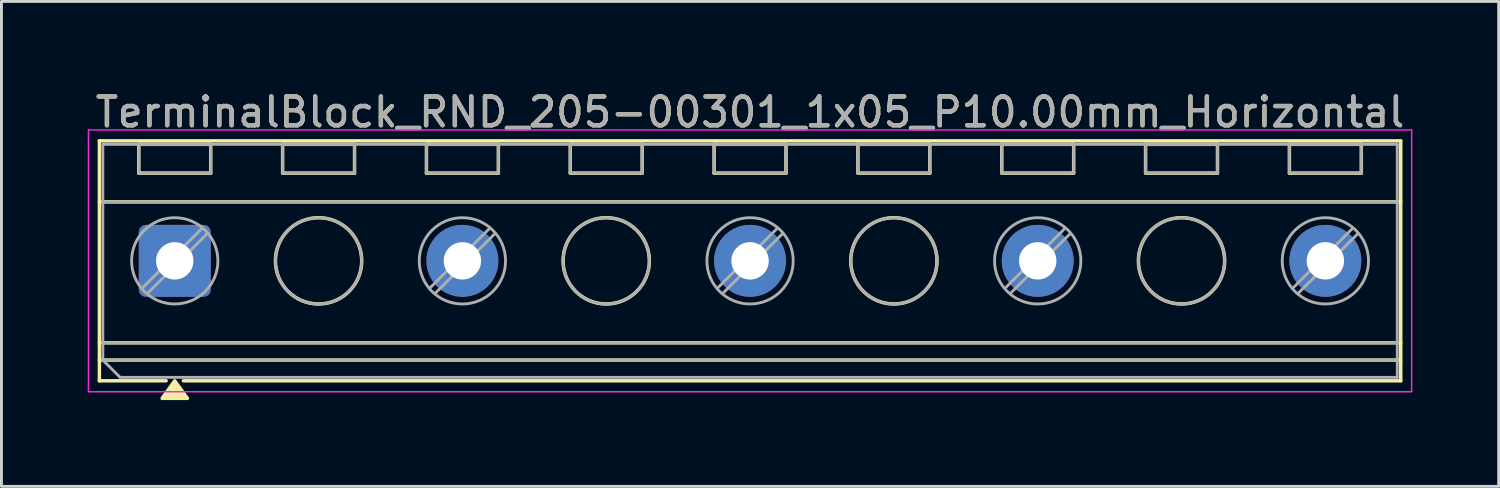
<source format=kicad_pcb>
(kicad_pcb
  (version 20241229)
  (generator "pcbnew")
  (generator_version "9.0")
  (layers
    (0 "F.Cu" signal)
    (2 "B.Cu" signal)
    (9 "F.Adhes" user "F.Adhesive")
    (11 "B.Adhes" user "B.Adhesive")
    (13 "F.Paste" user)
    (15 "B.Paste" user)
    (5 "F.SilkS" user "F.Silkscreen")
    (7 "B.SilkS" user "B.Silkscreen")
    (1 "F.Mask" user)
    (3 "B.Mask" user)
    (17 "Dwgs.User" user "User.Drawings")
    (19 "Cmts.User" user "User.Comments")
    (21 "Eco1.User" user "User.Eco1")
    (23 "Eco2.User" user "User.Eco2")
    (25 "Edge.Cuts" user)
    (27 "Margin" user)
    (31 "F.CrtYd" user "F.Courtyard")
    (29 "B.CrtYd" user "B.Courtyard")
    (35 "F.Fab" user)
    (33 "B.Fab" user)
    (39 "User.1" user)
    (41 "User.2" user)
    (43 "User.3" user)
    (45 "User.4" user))
  (footprint "TerminalBlock_RND_205-00301_1x05_P10.00mm_Horizontal"
    (layer "F.Cu")
    (at 3.025 6.018)
    (property "Reference" "TerminalBlock_RND_205-00301_1x05_P10.00mm_Horizontal" (at 20 -5.17 0) (layer "F.SilkS") (effects (font (size 1 1) (thickness 0.15))))
    (attr through_hole)
    (fp_line (start -2.62 -4.17) (end -2.62 4.17) (stroke (width 0.12) (type solid)) (layer "F.SilkS"))
    (fp_line (start -2.62 -4.17) (end 42.62 -4.17) (stroke (width 0.12) (type solid)) (layer "F.SilkS"))
    (fp_line (start -2.62 -2.05) (end 42.62 -2.05) (stroke (width 0.12) (type solid)) (layer "F.SilkS"))
    (fp_line (start -2.62 2.85) (end 42.62 2.85) (stroke (width 0.12) (type solid)) (layer "F.SilkS"))
    (fp_line (start -2.62 3.45) (end 42.62 3.45) (stroke (width 0.12) (type solid)) (layer "F.SilkS"))
    (fp_line (start -2.62 4.17) (end -0.3 4.17) (stroke (width 0.12) (type solid)) (layer "F.SilkS"))
    (fp_line (start -1.25 -4.05) (end -1.25 -3.05) (stroke (width 0.12) (type solid)) (layer "F.SilkS"))
    (fp_line (start -1.25 -4.05) (end 1.25 -4.05) (stroke (width 0.12) (type solid)) (layer "F.SilkS"))
    (fp_line (start -1.25 -3.05) (end 1.25 -3.05) (stroke (width 0.12) (type solid)) (layer "F.SilkS"))
    (fp_line (start 0.3 4.17) (end 42.62 4.17) (stroke (width 0.12) (type solid)) (layer "F.SilkS"))
    (fp_line (start 1.25 -4.05) (end 1.25 -3.05) (stroke (width 0.12) (type solid)) (layer "F.SilkS"))
    (fp_line (start 3.75 -4.05) (end 3.75 -3.05) (stroke (width 0.12) (type solid)) (layer "F.SilkS"))
    (fp_line (start 3.75 -4.05) (end 6.25 -4.05) (stroke (width 0.12) (type solid)) (layer "F.SilkS"))
    (fp_line (start 3.75 -3.05) (end 6.25 -3.05) (stroke (width 0.12) (type solid)) (layer "F.SilkS"))
    (fp_line (start 6.25 -4.05) (end 6.25 -3.05) (stroke (width 0.12) (type solid)) (layer "F.SilkS"))
    (fp_line (start 8.75 -4.05) (end 8.75 -3.05) (stroke (width 0.12) (type solid)) (layer "F.SilkS"))
    (fp_line (start 8.75 -4.05) (end 11.25 -4.05) (stroke (width 0.12) (type solid)) (layer "F.SilkS"))
    (fp_line (start 8.75 -3.05) (end 11.25 -3.05) (stroke (width 0.12) (type solid)) (layer "F.SilkS"))
    (fp_line (start 11.25 -4.05) (end 11.25 -3.05) (stroke (width 0.12) (type solid)) (layer "F.SilkS"))
    (fp_line (start 13.75 -4.05) (end 13.75 -3.05) (stroke (width 0.12) (type solid)) (layer "F.SilkS"))
    (fp_line (start 13.75 -4.05) (end 16.25 -4.05) (stroke (width 0.12) (type solid)) (layer "F.SilkS"))
    (fp_line (start 13.75 -3.05) (end 16.25 -3.05) (stroke (width 0.12) (type solid)) (layer "F.SilkS"))
    (fp_line (start 16.25 -4.05) (end 16.25 -3.05) (stroke (width 0.12) (type solid)) (layer "F.SilkS"))
    (fp_line (start 18.75 -4.05) (end 18.75 -3.05) (stroke (width 0.12) (type solid)) (layer "F.SilkS"))
    (fp_line (start 18.75 -4.05) (end 21.25 -4.05) (stroke (width 0.12) (type solid)) (layer "F.SilkS"))
    (fp_line (start 18.75 -3.05) (end 21.25 -3.05) (stroke (width 0.12) (type solid)) (layer "F.SilkS"))
    (fp_line (start 21.25 -4.05) (end 21.25 -3.05) (stroke (width 0.12) (type solid)) (layer "F.SilkS"))
    (fp_line (start 23.75 -4.05) (end 23.75 -3.05) (stroke (width 0.12) (type solid)) (layer "F.SilkS"))
    (fp_line (start 23.75 -4.05) (end 26.25 -4.05) (stroke (width 0.12) (type solid)) (layer "F.SilkS"))
    (fp_line (start 23.75 -3.05) (end 26.25 -3.05) (stroke (width 0.12) (type solid)) (layer "F.SilkS"))
    (fp_line (start 26.25 -4.05) (end 26.25 -3.05) (stroke (width 0.12) (type solid)) (layer "F.SilkS"))
    (fp_line (start 28.75 -4.05) (end 28.75 -3.05) (stroke (width 0.12) (type solid)) (layer "F.SilkS"))
    (fp_line (start 28.75 -4.05) (end 31.25 -4.05) (stroke (width 0.12) (type solid)) (layer "F.SilkS"))
    (fp_line (start 28.75 -3.05) (end 31.25 -3.05) (stroke (width 0.12) (type solid)) (layer "F.SilkS"))
    (fp_line (start 31.25 -4.05) (end 31.25 -3.05) (stroke (width 0.12) (type solid)) (layer "F.SilkS"))
    (fp_line (start 33.75 -4.05) (end 33.75 -3.05) (stroke (width 0.12) (type solid)) (layer "F.SilkS"))
    (fp_line (start 33.75 -4.05) (end 36.25 -4.05) (stroke (width 0.12) (type solid)) (layer "F.SilkS"))
    (fp_line (start 33.75 -3.05) (end 36.25 -3.05) (stroke (width 0.12) (type solid)) (layer "F.SilkS"))
    (fp_line (start 36.25 -4.05) (end 36.25 -3.05) (stroke (width 0.12) (type solid)) (layer "F.SilkS"))
    (fp_line (start 38.75 -4.05) (end 38.75 -3.05) (stroke (width 0.12) (type solid)) (layer "F.SilkS"))
    (fp_line (start 38.75 -4.05) (end 41.25 -4.05) (stroke (width 0.12) (type solid)) (layer "F.SilkS"))
    (fp_line (start 38.75 -3.05) (end 41.25 -3.05) (stroke (width 0.12) (type solid)) (layer "F.SilkS"))
    (fp_line (start 41.25 -4.05) (end 41.25 -3.05) (stroke (width 0.12) (type solid)) (layer "F.SilkS"))
    (fp_line (start 42.62 -4.17) (end 42.62 4.17) (stroke (width 0.12) (type solid)) (layer "F.SilkS"))
    (fp_circle (center 5 0) (end 6.5 0) (stroke (width 0.12) (type solid)) (fill no) (layer "F.SilkS"))
    (fp_circle (center 15 0) (end 16.5 0) (stroke (width 0.12) (type solid)) (fill no) (layer "F.SilkS"))
    (fp_circle (center 25 0) (end 26.5 0) (stroke (width 0.12) (type solid)) (fill no) (layer "F.SilkS"))
    (fp_circle (center 35 0) (end 36.5 0) (stroke (width 0.12) (type solid)) (fill no) (layer "F.SilkS"))
    (fp_poly (pts (xy 0 4.17) (xy 0.44 4.78) (xy -0.44 4.78)) (stroke (width 0.12) (type solid)) (fill yes) (layer "F.SilkS"))
    (fp_line (start -3 -4.55) (end -3 4.55) (stroke (width 0.05) (type solid)) (layer "F.CrtYd"))
    (fp_line (start -3 4.55) (end 43 4.55) (stroke (width 0.05) (type solid)) (layer "F.CrtYd"))
    (fp_line (start 43 -4.55) (end -3 -4.55) (stroke (width 0.05) (type solid)) (layer "F.CrtYd"))
    (fp_line (start 43 4.55) (end 43 -4.55) (stroke (width 0.05) (type solid)) (layer "F.CrtYd"))
    (fp_line (start -2.5 -4.05) (end 42.5 -4.05) (stroke (width 0.1) (type solid)) (layer "F.Fab"))
    (fp_line (start -2.5 -2.05) (end 42.5 -2.05) (stroke (width 0.1) (type solid)) (layer "F.Fab"))
    (fp_line (start -2.5 2.85) (end 42.5 2.85) (stroke (width 0.1) (type solid)) (layer "F.Fab"))
    (fp_line (start -2.5 3.45) (end -2.5 -4.05) (stroke (width 0.1) (type solid)) (layer "F.Fab"))
    (fp_line (start -2.5 3.45) (end 42.5 3.45) (stroke (width 0.1) (type solid)) (layer "F.Fab"))
    (fp_line (start -1.9 4.05) (end -2.5 3.45) (stroke (width 0.1) (type solid)) (layer "F.Fab"))
    (fp_line (start -1.25 -4.05) (end -1.25 -3.05) (stroke (width 0.1) (type solid)) (layer "F.Fab"))
    (fp_line (start -1.25 -3.05) (end 1.25 -3.05) (stroke (width 0.1) (type solid)) (layer "F.Fab"))
    (fp_line (start 0.955 -1.138) (end -1.138 0.954) (stroke (width 0.1) (type solid)) (layer "F.Fab"))
    (fp_line (start 1.138 -0.954) (end -0.955 1.137) (stroke (width 0.1) (type solid)) (layer "F.Fab"))
    (fp_line (start 1.25 -4.05) (end -1.25 -4.05) (stroke (width 0.1) (type solid)) (layer "F.Fab"))
    (fp_line (start 1.25 -3.05) (end 1.25 -4.05) (stroke (width 0.1) (type solid)) (layer "F.Fab"))
    (fp_line (start 3.75 -4.05) (end 3.75 -3.05) (stroke (width 0.1) (type solid)) (layer "F.Fab"))
    (fp_line (start 3.75 -3.05) (end 6.25 -3.05) (stroke (width 0.1) (type solid)) (layer "F.Fab"))
    (fp_line (start 6.25 -4.05) (end 3.75 -4.05) (stroke (width 0.1) (type solid)) (layer "F.Fab"))
    (fp_line (start 6.25 -3.05) (end 6.25 -4.05) (stroke (width 0.1) (type solid)) (layer "F.Fab"))
    (fp_line (start 8.75 -4.05) (end 8.75 -3.05) (stroke (width 0.1) (type solid)) (layer "F.Fab"))
    (fp_line (start 8.75 -3.05) (end 11.25 -3.05) (stroke (width 0.1) (type solid)) (layer "F.Fab"))
    (fp_line (start 10.955 -1.138) (end 8.862 0.954) (stroke (width 0.1) (type solid)) (layer "F.Fab"))
    (fp_line (start 11.138 -0.954) (end 9.045 1.137) (stroke (width 0.1) (type solid)) (layer "F.Fab"))
    (fp_line (start 11.25 -4.05) (end 8.75 -4.05) (stroke (width 0.1) (type solid)) (layer "F.Fab"))
    (fp_line (start 11.25 -3.05) (end 11.25 -4.05) (stroke (width 0.1) (type solid)) (layer "F.Fab"))
    (fp_line (start 13.75 -4.05) (end 13.75 -3.05) (stroke (width 0.1) (type solid)) (layer "F.Fab"))
    (fp_line (start 13.75 -3.05) (end 16.25 -3.05) (stroke (width 0.1) (type solid)) (layer "F.Fab"))
    (fp_line (start 16.25 -4.05) (end 13.75 -4.05) (stroke (width 0.1) (type solid)) (layer "F.Fab"))
    (fp_line (start 16.25 -3.05) (end 16.25 -4.05) (stroke (width 0.1) (type solid)) (layer "F.Fab"))
    (fp_line (start 18.75 -4.05) (end 18.75 -3.05) (stroke (width 0.1) (type solid)) (layer "F.Fab"))
    (fp_line (start 18.75 -3.05) (end 21.25 -3.05) (stroke (width 0.1) (type solid)) (layer "F.Fab"))
    (fp_line (start 20.955 -1.138) (end 18.862 0.954) (stroke (width 0.1) (type solid)) (layer "F.Fab"))
    (fp_line (start 21.138 -0.954) (end 19.045 1.137) (stroke (width 0.1) (type solid)) (layer "F.Fab"))
    (fp_line (start 21.25 -4.05) (end 18.75 -4.05) (stroke (width 0.1) (type solid)) (layer "F.Fab"))
    (fp_line (start 21.25 -3.05) (end 21.25 -4.05) (stroke (width 0.1) (type solid)) (layer "F.Fab"))
    (fp_line (start 23.75 -4.05) (end 23.75 -3.05) (stroke (width 0.1) (type solid)) (layer "F.Fab"))
    (fp_line (start 23.75 -3.05) (end 26.25 -3.05) (stroke (width 0.1) (type solid)) (layer "F.Fab"))
    (fp_line (start 26.25 -4.05) (end 23.75 -4.05) (stroke (width 0.1) (type solid)) (layer "F.Fab"))
    (fp_line (start 26.25 -3.05) (end 26.25 -4.05) (stroke (width 0.1) (type solid)) (layer "F.Fab"))
    (fp_line (start 28.75 -4.05) (end 28.75 -3.05) (stroke (width 0.1) (type solid)) (layer "F.Fab"))
    (fp_line (start 28.75 -3.05) (end 31.25 -3.05) (stroke (width 0.1) (type solid)) (layer "F.Fab"))
    (fp_line (start 30.955 -1.138) (end 28.862 0.954) (stroke (width 0.1) (type solid)) (layer "F.Fab"))
    (fp_line (start 31.138 -0.954) (end 29.045 1.137) (stroke (width 0.1) (type solid)) (layer "F.Fab"))
    (fp_line (start 31.25 -4.05) (end 28.75 -4.05) (stroke (width 0.1) (type solid)) (layer "F.Fab"))
    (fp_line (start 31.25 -3.05) (end 31.25 -4.05) (stroke (width 0.1) (type solid)) (layer "F.Fab"))
    (fp_line (start 33.75 -4.05) (end 33.75 -3.05) (stroke (width 0.1) (type solid)) (layer "F.Fab"))
    (fp_line (start 33.75 -3.05) (end 36.25 -3.05) (stroke (width 0.1) (type solid)) (layer "F.Fab"))
    (fp_line (start 36.25 -4.05) (end 33.75 -4.05) (stroke (width 0.1) (type solid)) (layer "F.Fab"))
    (fp_line (start 36.25 -3.05) (end 36.25 -4.05) (stroke (width 0.1) (type solid)) (layer "F.Fab"))
    (fp_line (start 38.75 -4.05) (end 38.75 -3.05) (stroke (width 0.1) (type solid)) (layer "F.Fab"))
    (fp_line (start 38.75 -3.05) (end 41.25 -3.05) (stroke (width 0.1) (type solid)) (layer "F.Fab"))
    (fp_line (start 40.955 -1.138) (end 38.862 0.954) (stroke (width 0.1) (type solid)) (layer "F.Fab"))
    (fp_line (start 41.138 -0.954) (end 39.045 1.137) (stroke (width 0.1) (type solid)) (layer "F.Fab"))
    (fp_line (start 41.25 -4.05) (end 38.75 -4.05) (stroke (width 0.1) (type solid)) (layer "F.Fab"))
    (fp_line (start 41.25 -3.05) (end 41.25 -4.05) (stroke (width 0.1) (type solid)) (layer "F.Fab"))
    (fp_line (start 42.5 -4.05) (end 42.5 4.05) (stroke (width 0.1) (type solid)) (layer "F.Fab"))
    (fp_line (start 42.5 4.05) (end -1.9 4.05) (stroke (width 0.1) (type solid)) (layer "F.Fab"))
    (fp_circle (center 0 0) (end 1.5 0) (stroke (width 0.1) (type solid)) (fill no) (layer "F.Fab"))
    (fp_circle (center 5 0) (end 6.5 0) (stroke (width 0.1) (type solid)) (fill no) (layer "F.Fab"))
    (fp_circle (center 10 0) (end 11.5 0) (stroke (width 0.1) (type solid)) (fill no) (layer "F.Fab"))
    (fp_circle (center 15 0) (end 16.5 0) (stroke (width 0.1) (type solid)) (fill no) (layer "F.Fab"))
    (fp_circle (center 20 0) (end 21.5 0) (stroke (width 0.1) (type solid)) (fill no) (layer "F.Fab"))
    (fp_circle (center 25 0) (end 26.5 0) (stroke (width 0.1) (type solid)) (fill no) (layer "F.Fab"))
    (fp_circle (center 30 0) (end 31.5 0) (stroke (width 0.1) (type solid)) (fill no) (layer "F.Fab"))
    (fp_circle (center 35 0) (end 36.5 0) (stroke (width 0.1) (type solid)) (fill no) (layer "F.Fab"))
    (fp_circle (center 40 0) (end 41.5 0) (stroke (width 0.1) (type solid)) (fill no) (layer "F.Fab"))
    (fp_text user "${REFERENCE}" (at 20 -5.17 0) (layer "F.Fab") (effects (font (size 1 1) (thickness 0.15))))
    (pad "1" thru_hole roundrect (at 0 0) (size 2.5 2.5) (drill 1.3) (layers "*.Cu" "*.Mask") (roundrect_rratio 0.1))
    (pad "2" thru_hole circle (at 10 0) (size 2.5 2.5) (drill 1.3) (layers "*.Cu" "*.Mask"))
    (pad "3" thru_hole circle (at 20 0) (size 2.5 2.5) (drill 1.3) (layers "*.Cu" "*.Mask"))
    (pad "4" thru_hole circle (at 30 0) (size 2.5 2.5) (drill 1.3) (layers "*.Cu" "*.Mask"))
    (pad "5" thru_hole circle (at 40 0) (size 2.5 2.5) (drill 1.3) (layers "*.Cu" "*.Mask")))
  (gr_rect
    (start -3 -3)
    (end 49.05 13.858)
    (stroke (width 0.1) (type default))
    (fill no)
    (layer "Edge.Cuts")))
</source>
